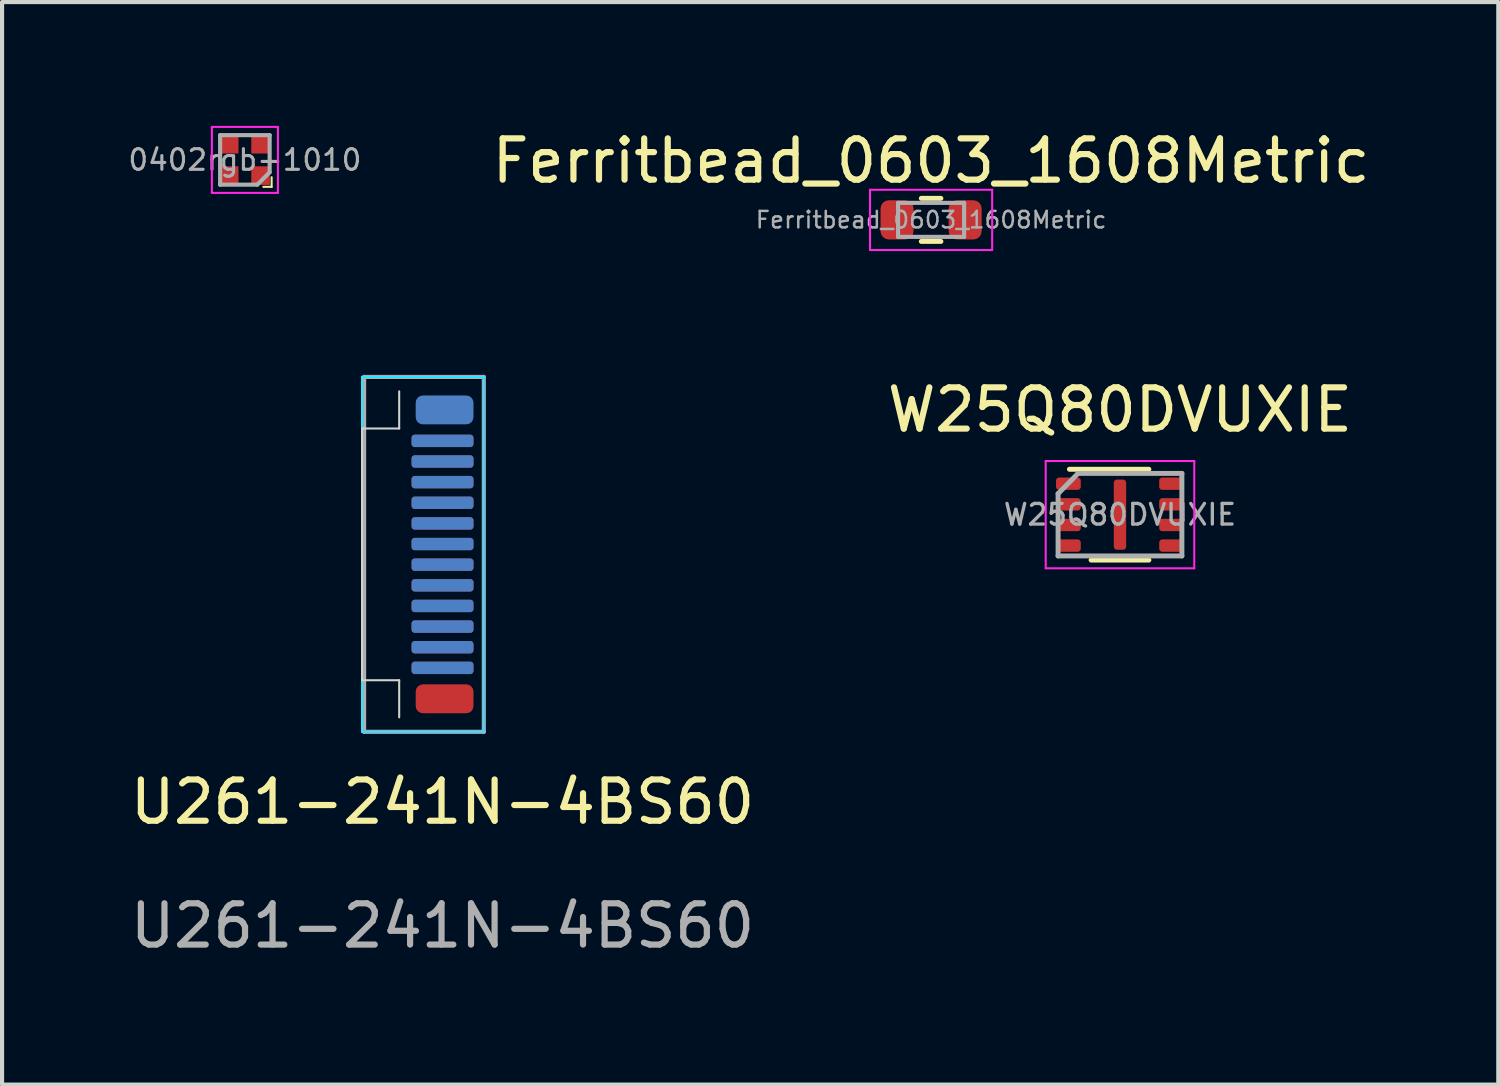
<source format=kicad_pcb>
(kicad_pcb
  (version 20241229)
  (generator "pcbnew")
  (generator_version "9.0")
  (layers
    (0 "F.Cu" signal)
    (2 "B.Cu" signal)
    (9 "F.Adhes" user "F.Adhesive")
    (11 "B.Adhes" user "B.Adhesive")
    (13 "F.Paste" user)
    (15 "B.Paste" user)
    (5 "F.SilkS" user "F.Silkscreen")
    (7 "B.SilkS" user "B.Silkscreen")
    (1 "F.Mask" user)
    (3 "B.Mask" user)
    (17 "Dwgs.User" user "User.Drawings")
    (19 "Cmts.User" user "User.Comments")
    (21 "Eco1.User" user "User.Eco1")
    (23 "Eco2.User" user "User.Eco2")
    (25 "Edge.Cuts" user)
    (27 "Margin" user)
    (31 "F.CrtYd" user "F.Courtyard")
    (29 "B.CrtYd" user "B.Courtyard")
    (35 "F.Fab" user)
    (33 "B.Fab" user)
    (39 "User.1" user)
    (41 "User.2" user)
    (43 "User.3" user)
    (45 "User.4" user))
  (footprint "Ferritbead_0603_1608Metric"
    (layer "F.Cu")
    (at 19.512 2.278)
    (property "Reference" "Ferritbead_0603_1608Metric" (at 0 -1.43 0) (layer "F.SilkS") (effects (font (size 1 1) (thickness 0.15))))
    (attr smd)
    (fp_line (start -0.237 -0.522) (end 0.237 -0.522) (stroke (width 0.12) (type solid)) (layer "F.SilkS"))
    (fp_line (start -0.237 0.522) (end 0.237 0.522) (stroke (width 0.12) (type solid)) (layer "F.SilkS"))
    (fp_line (start -1.48 -0.73) (end 1.48 -0.73) (stroke (width 0.05) (type solid)) (layer "F.CrtYd"))
    (fp_line (start -1.48 0.73) (end -1.48 -0.73) (stroke (width 0.05) (type solid)) (layer "F.CrtYd"))
    (fp_line (start 1.48 -0.73) (end 1.48 0.73) (stroke (width 0.05) (type solid)) (layer "F.CrtYd"))
    (fp_line (start 1.48 0.73) (end -1.48 0.73) (stroke (width 0.05) (type solid)) (layer "F.CrtYd"))
    (fp_line (start -0.8 -0.412) (end 0.8 -0.412) (stroke (width 0.1) (type solid)) (layer "F.Fab"))
    (fp_line (start -0.8 0.412) (end -0.8 -0.412) (stroke (width 0.1) (type solid)) (layer "F.Fab"))
    (fp_line (start 0.8 -0.412) (end 0.8 0.412) (stroke (width 0.1) (type solid)) (layer "F.Fab"))
    (fp_line (start 0.8 0.412) (end -0.8 0.412) (stroke (width 0.1) (type solid)) (layer "F.Fab"))
    (fp_text user "${REFERENCE}" (at 0 0 0) (layer "F.Fab") (effects (font (size 0.4 0.4) (thickness 0.06))))
    (pad "1" smd roundrect (at -0.825 0) (size 0.8 0.95) (layers "F.Cu" "F.Mask" "F.Paste") (roundrect_rratio 0.25))
    (pad "2" smd roundrect (at 0.825 0) (size 0.8 0.95) (layers "F.Cu" "F.Mask" "F.Paste") (roundrect_rratio 0.25)))
  (footprint "U261-241N-4BS60"
    (layer "F.Cu")
    (at 7.673 10.383)
    (property "Reference" "U261-241N-4BS60" (at 0 6 0) (unlocked yes) (layer "F.SilkS") (effects (font (size 1 1) (thickness 0.15))))
    (attr smd)
    (fp_line (start -1.95 -3.05) (end -1.95 3.05) (stroke (width 0.05) (type solid)) (layer "Edge.Cuts"))
    (fp_line (start -1.95 -3.05) (end -1.05 -3.05) (stroke (width 0.05) (type solid)) (layer "Edge.Cuts"))
    (fp_line (start -1.95 3.05) (end -1.05 3.05) (stroke (width 0.05) (type solid)) (layer "Edge.Cuts"))
    (fp_line (start -1.05 -3.05) (end -1.05 -3.95) (stroke (width 0.05) (type solid)) (layer "Edge.Cuts"))
    (fp_line (start -1.05 3.95) (end -1.05 3.05) (stroke (width 0.05) (type solid)) (layer "Edge.Cuts"))
    (fp_line (start -1.95 -4.3) (end -1.95 4.3) (stroke (width 0.05) (type solid)) (layer "B.CrtYd"))
    (fp_line (start -1.95 -4.3) (end 1 -4.3) (stroke (width 0.05) (type solid)) (layer "B.CrtYd"))
    (fp_line (start -1.95 4.3) (end 1 4.3) (stroke (width 0.05) (type solid)) (layer "B.CrtYd"))
    (fp_line (start 1 -4.3) (end 1 4.3) (stroke (width 0.05) (type solid)) (layer "B.CrtYd"))
    (fp_line (start -1.95 -4.3) (end -1.95 4.3) (stroke (width 0.05) (type solid)) (layer "F.CrtYd"))
    (fp_line (start 1 -4.3) (end -1.95 -4.3) (stroke (width 0.05) (type solid)) (layer "F.CrtYd"))
    (fp_line (start 1 -4.3) (end 1 4.3) (stroke (width 0.05) (type solid)) (layer "F.CrtYd"))
    (fp_line (start 1 4.3) (end -1.95 4.3) (stroke (width 0.05) (type solid)) (layer "F.CrtYd"))
    (fp_line (start -1.9 -4.3) (end 1 -4.3) (stroke (width 0.1) (type solid)) (layer "F.Fab"))
    (fp_line (start -1.9 4.3) (end -1.9 -4.3) (stroke (width 0.1) (type solid)) (layer "F.Fab"))
    (fp_line (start -1.9 4.3) (end 1 4.3) (stroke (width 0.1) (type solid)) (layer "F.Fab"))
    (fp_line (start 1 -4.3) (end 1 4.3) (stroke (width 0.1) (type solid)) (layer "F.Fab"))
    (fp_text user "${REFERENCE}" (at 0 9 0) (unlocked yes) (layer "F.Fab") (effects (font (size 1 1) (thickness 0.15))))
    (pad "A1" smd roundrect (at 0 2.75 180) (size 1.5 0.3) (layers "F.Cu" "F.Mask" "F.Paste") (roundrect_rratio 0.25))
    (pad "A2" smd roundrect (at 0 2.25 180) (size 1.5 0.3) (layers "F.Cu" "F.Mask" "F.Paste") (roundrect_rratio 0.25))
    (pad "A3" smd roundrect (at 0 1.75 180) (size 1.5 0.3) (layers "F.Cu" "F.Mask" "F.Paste") (roundrect_rratio 0.25))
    (pad "A4" smd roundrect (at 0 1.25 180) (size 1.5 0.3) (layers "F.Cu" "F.Mask" "F.Paste") (roundrect_rratio 0.25))
    (pad "A5" smd roundrect (at 0 0.75 180) (size 1.5 0.3) (layers "F.Cu" "F.Mask" "F.Paste") (roundrect_rratio 0.25))
    (pad "A6" smd roundrect (at 0 0.25 180) (size 1.5 0.3) (layers "F.Cu" "F.Mask" "F.Paste") (roundrect_rratio 0.25))
    (pad "A7" smd roundrect (at 0 -0.25 180) (size 1.5 0.3) (layers "F.Cu" "F.Mask" "F.Paste") (roundrect_rratio 0.25))
    (pad "A8" smd roundrect (at 0 -0.75 180) (size 1.5 0.3) (layers "F.Cu" "F.Mask" "F.Paste") (roundrect_rratio 0.25))
    (pad "A9" smd roundrect (at 0 -1.25 180) (size 1.5 0.3) (layers "F.Cu" "F.Mask" "F.Paste") (roundrect_rratio 0.25))
    (pad "A10" smd roundrect (at 0 -1.75 180) (size 1.5 0.3) (layers "F.Cu" "F.Mask" "F.Paste") (roundrect_rratio 0.25))
    (pad "A11" smd roundrect (at 0 -2.25 180) (size 1.5 0.3) (layers "F.Cu" "F.Mask" "F.Paste") (roundrect_rratio 0.25))
    (pad "A12" smd roundrect (at 0 -2.75 180) (size 1.5 0.3) (layers "F.Cu" "F.Mask" "F.Paste") (roundrect_rratio 0.25))
    (pad "B1" smd roundrect (at 0 -2.75) (size 1.5 0.3) (layers "B.Cu" "B.Mask" "B.Paste") (roundrect_rratio 0.25))
    (pad "B2" smd roundrect (at 0 -2.25) (size 1.5 0.3) (layers "B.Cu" "B.Mask" "B.Paste") (roundrect_rratio 0.25))
    (pad "B3" smd roundrect (at 0 -1.75) (size 1.5 0.3) (layers "B.Cu" "B.Mask" "B.Paste") (roundrect_rratio 0.25))
    (pad "B4" smd roundrect (at 0 -1.25) (size 1.5 0.3) (layers "B.Cu" "B.Mask" "B.Paste") (roundrect_rratio 0.25))
    (pad "B5" smd roundrect (at 0 -0.75) (size 1.5 0.3) (layers "B.Cu" "B.Mask" "B.Paste") (roundrect_rratio 0.25))
    (pad "B6" smd roundrect (at 0 -0.25) (size 1.5 0.3) (layers "B.Cu" "B.Mask" "B.Paste") (roundrect_rratio 0.25))
    (pad "B7" smd roundrect (at 0 0.25) (size 1.5 0.3) (layers "B.Cu" "B.Mask" "B.Paste") (roundrect_rratio 0.25))
    (pad "B8" smd roundrect (at 0 0.75) (size 1.5 0.3) (layers "B.Cu" "B.Mask" "B.Paste") (roundrect_rratio 0.25))
    (pad "B9" smd roundrect (at 0 1.25) (size 1.5 0.3) (layers "B.Cu" "B.Mask" "B.Paste") (roundrect_rratio 0.25))
    (pad "B10" smd roundrect (at 0 1.75) (size 1.5 0.3) (layers "B.Cu" "B.Mask" "B.Paste") (roundrect_rratio 0.25))
    (pad "B11" smd roundrect (at 0 2.25) (size 1.5 0.3) (layers "B.Cu" "B.Mask" "B.Paste") (roundrect_rratio 0.25))
    (pad "B12" smd roundrect (at 0 2.75) (size 1.5 0.3) (layers "B.Cu" "B.Mask" "B.Paste") (roundrect_rratio 0.25))
    (pad "S1" smd roundrect (at 0.05 -3.5) (size 1.4 0.7) (layers "B.Cu" "B.Mask" "B.Paste") (roundrect_rratio 0.25))
    (pad "S1" smd roundrect (at 0.05 3.5 180) (size 1.4 0.7) (layers "F.Cu" "F.Mask" "F.Paste") (roundrect_rratio 0.25)))
  (footprint "W25Q80DVUXIE"
    (layer "F.Cu")
    (at 24.089 9.421)
    (property "Reference" "W25Q80DVUXIE" (at 0 -2.54 0) (unlocked yes) (layer "F.SilkS") (effects (font (size 1 1) (thickness 0.15))))
    (attr smd)
    (fp_line (start 0.7 -1.1) (end -1.225 -1.1) (stroke (width 0.12) (type solid)) (layer "F.SilkS"))
    (fp_line (start 0.7 1.1) (end -0.7 1.1) (stroke (width 0.12) (type solid)) (layer "F.SilkS"))
    (fp_rect (start -1.65 -0.65) (end -1.1 -0.85) (stroke (width 0) (type solid)) (fill yes) (layer "F.Paste"))
    (fp_rect (start -1.65 -0.15) (end -1.1 -0.35) (stroke (width 0) (type solid)) (fill yes) (layer "F.Paste"))
    (fp_rect (start -1.65 0.35) (end -1.1 0.15) (stroke (width 0) (type solid)) (fill yes) (layer "F.Paste"))
    (fp_rect (start -1.65 0.85) (end -1.1 0.65) (stroke (width 0) (type solid)) (fill yes) (layer "F.Paste"))
    (fp_rect (start 0.1 -0.6) (end -0.1 -0.1) (stroke (width 0) (type solid)) (fill yes) (layer "F.Paste"))
    (fp_rect (start 0.1 0.1) (end -0.1 0.6) (stroke (width 0) (type solid)) (fill yes) (layer "F.Paste"))
    (fp_rect (start 1.1 -0.65) (end 1.65 -0.85) (stroke (width 0) (type solid)) (fill yes) (layer "F.Paste"))
    (fp_rect (start 1.1 -0.15) (end 1.65 -0.35) (stroke (width 0) (type solid)) (fill yes) (layer "F.Paste"))
    (fp_rect (start 1.1 0.35) (end 1.65 0.15) (stroke (width 0) (type solid)) (fill yes) (layer "F.Paste"))
    (fp_rect (start 1.1 0.85) (end 1.65 0.65) (stroke (width 0) (type solid)) (fill yes) (layer "F.Paste"))
    (fp_line (start -1.8 -1.3) (end 1.8 -1.3) (stroke (width 0.05) (type solid)) (layer "F.CrtYd"))
    (fp_line (start -1.8 1.3) (end -1.8 -1.3) (stroke (width 0.05) (type solid)) (layer "F.CrtYd"))
    (fp_line (start 1.8 -1.3) (end 1.8 1.3) (stroke (width 0.05) (type solid)) (layer "F.CrtYd"))
    (fp_line (start 1.8 1.3) (end -1.8 1.3) (stroke (width 0.05) (type solid)) (layer "F.CrtYd"))
    (fp_line (start -1.5 -0.508) (end -1.5 1) (stroke (width 0.12) (type solid)) (layer "F.Fab"))
    (fp_line (start -1.5 -0.508) (end -1.016 -1) (stroke (width 0.12) (type solid)) (layer "F.Fab"))
    (fp_line (start 1.5 -1) (end -1.016 -1) (stroke (width 0.12) (type solid)) (layer "F.Fab"))
    (fp_line (start 1.5 -1) (end 1.5 1) (stroke (width 0.12) (type solid)) (layer "F.Fab"))
    (fp_line (start 1.5 1) (end -1.5 1) (stroke (width 0.12) (type solid)) (layer "F.Fab"))
    (fp_text user "${REFERENCE}" (at 0 0 0) (unlocked yes) (layer "F.Fab") (effects (font (size 0.5 0.5) (thickness 0.08))))
    (pad "1" smd roundrect (at -1.25 -0.75) (size 0.6 0.3) (layers "F.Cu" "F.Mask") (roundrect_rratio 0.25))
    (pad "2" smd roundrect (at -1.25 -0.25) (size 0.6 0.3) (layers "F.Cu" "F.Mask") (roundrect_rratio 0.25))
    (pad "3" smd roundrect (at -1.25 0.25) (size 0.6 0.3) (layers "F.Cu" "F.Mask") (roundrect_rratio 0.25))
    (pad "4" smd roundrect (at -1.25 0.75) (size 0.6 0.3) (layers "F.Cu" "F.Mask") (roundrect_rratio 0.25))
    (pad "5" smd roundrect (at 1.25 0.75) (size 0.6 0.3) (layers "F.Cu" "F.Mask") (roundrect_rratio 0.25))
    (pad "6" smd roundrect (at 1.25 0.25) (size 0.6 0.3) (layers "F.Cu" "F.Mask") (roundrect_rratio 0.25))
    (pad "7" smd roundrect (at 1.25 -0.25) (size 0.6 0.3) (layers "F.Cu" "F.Mask") (roundrect_rratio 0.25))
    (pad "8" smd roundrect (at 1.25 -0.75) (size 0.6 0.3) (layers "F.Cu" "F.Mask") (roundrect_rratio 0.25))
    (pad "9" smd roundrect (at 0 0 180) (size 0.3 1.7) (layers "F.Cu" "F.Mask") (roundrect_rratio 0.25)))
  (footprint "0402rgb-1010"
    (layer "F.Cu")
    (at 2.884 0.825)
    (property "Reference" "0402rgb-1010" (at 0 0 0) (layer "F.Fab") (effects (font (size 0.5 0.5) (thickness 0.075))))
    (attr smd)
    (fp_line (start 0.648 0.419) (end 0.648 0.653) (stroke (width 0.05) (type solid)) (layer "F.SilkS"))
    (fp_line (start 0.648 0.653) (end 0.447 0.653) (stroke (width 0.05) (type solid)) (layer "F.SilkS"))
    (fp_poly (pts (xy -0.61 -0.602) (xy -0.3 -0.602) (xy -0.3 -0.251) (xy -0.61 -0.251) (xy -0.61 -0.452)) (stroke (width 0.01) (type solid)) (fill yes) (layer "F.Paste"))
    (fp_poly (pts (xy -0.602 0.249) (xy -0.292 0.249) (xy -0.292 0.599) (xy -0.602 0.599) (xy -0.602 0.399)) (stroke (width 0.01) (type solid)) (fill yes) (layer "F.Paste"))
    (fp_poly (pts (xy 0.29 -0.602) (xy 0.599 -0.602) (xy 0.599 -0.251) (xy 0.29 -0.251) (xy 0.29 -0.452)) (stroke (width 0.01) (type solid)) (fill yes) (layer "F.Paste"))
    (fp_poly (pts (xy 0.292 0.251) (xy 0.602 0.251) (xy 0.602 0.602) (xy 0.292 0.602) (xy 0.292 0.401)) (stroke (width 0.01) (type solid)) (fill yes) (layer "F.Paste"))
    (fp_line (start -0.8 -0.8) (end 0.8 -0.8) (stroke (width 0.05) (type solid)) (layer "F.CrtYd"))
    (fp_line (start -0.8 0.8) (end -0.8 -0.8) (stroke (width 0.05) (type solid)) (layer "F.CrtYd"))
    (fp_line (start -0.8 0.8) (end 0.8 0.8) (stroke (width 0.05) (type solid)) (layer "F.CrtYd"))
    (fp_line (start 0.8 0.8) (end 0.8 -0.8) (stroke (width 0.05) (type solid)) (layer "F.CrtYd"))
    (fp_line (start -0.6 -0.6) (end 0.6 -0.6) (stroke (width 0.1) (type solid)) (layer "F.Fab"))
    (fp_line (start -0.6 0.6) (end -0.6 -0.6) (stroke (width 0.1) (type solid)) (layer "F.Fab"))
    (fp_line (start 0.3 0.6) (end -0.6 0.6) (stroke (width 0.1) (type solid)) (layer "F.Fab"))
    (fp_line (start 0.3 0.6) (end 0.6 0.3) (stroke (width 0.1) (type solid)) (layer "F.Fab"))
    (fp_line (start 0.6 -0.6) (end 0.6 0.3) (stroke (width 0.1) (type solid)) (layer "F.Fab"))
    (pad "1" smd rect (at 0.38 0.38) (size 0.45 0.45) (layers "F.Cu" "F.Mask"))
    (pad "2" smd rect (at -0.38 0.38) (size 0.45 0.45) (layers "F.Cu" "F.Mask"))
    (pad "3" smd rect (at -0.38 -0.38) (size 0.45 0.45) (layers "F.Cu" "F.Mask"))
    (pad "4" smd rect (at 0.38 -0.38) (size 0.45 0.45) (layers "F.Cu" "F.Mask")))
  (gr_rect
    (start -3 -3)
    (end 33.256 23.232)
    (stroke (width 0.1) (type default))
    (fill no)
    (layer "Edge.Cuts")))
</source>
